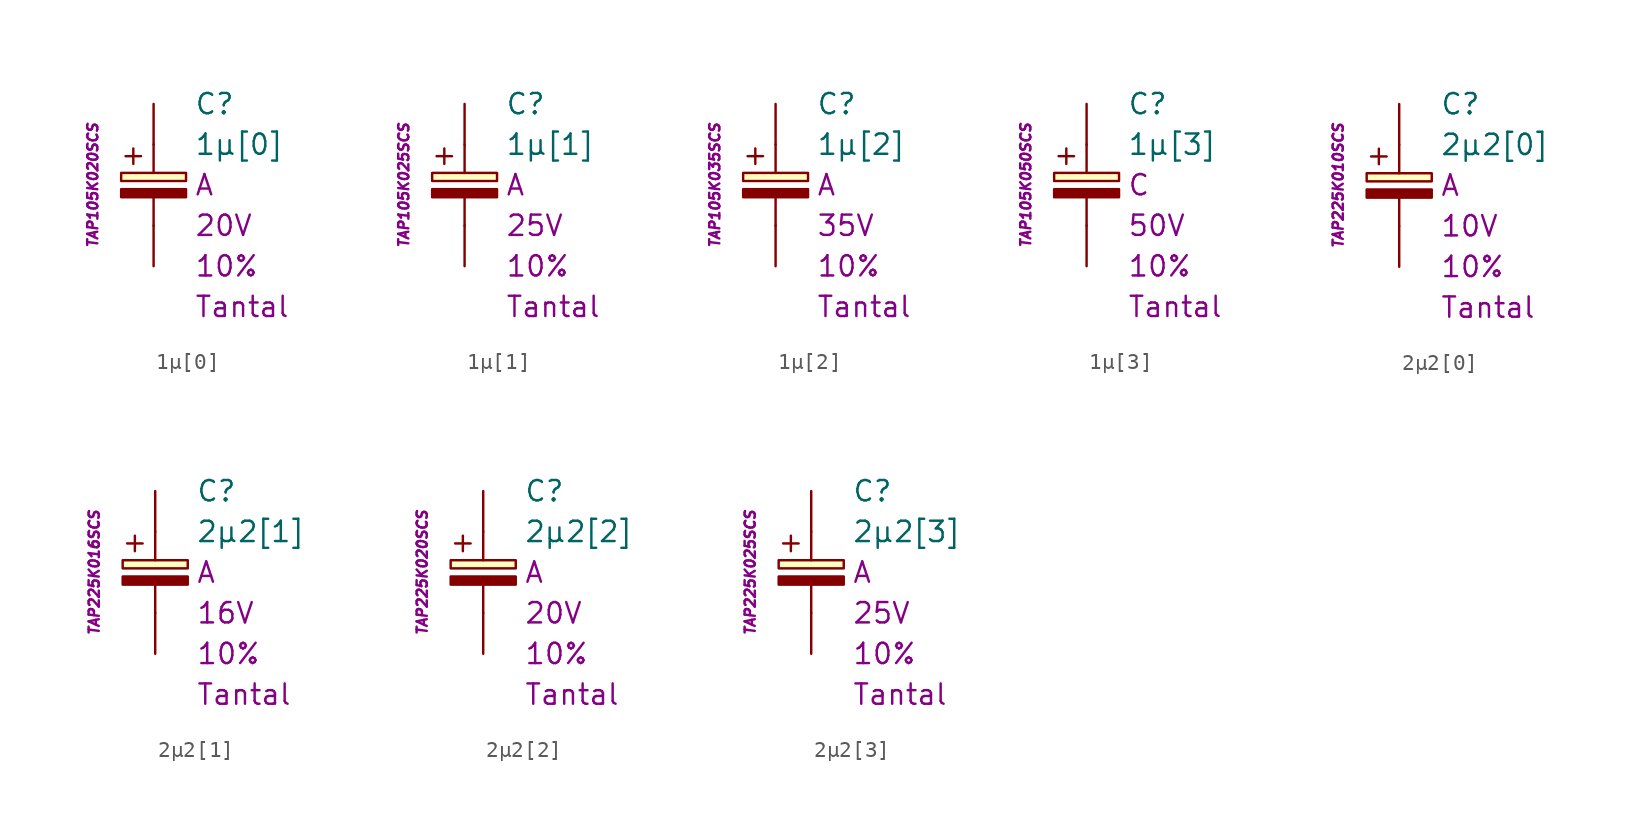
<source format=kicad_sym>
(kicad_symbol_lib
  (version 20201005)
  (generator kicad_symbol_editor)
  (symbol "1µ[0]"
    (pin_numbers hide)
    (pin_names
      (offset 1.016) hide)
    (property "Reference" "C"
      (at 2.54 5.08 0)
      (effects (font (size 1.27 1.27)) (justify left)))
    (property "Value" "1µ[0]"
      (at 2.54 2.54 0)
      (effects (font (size 1.27 1.27)) (justify left)))
    (property "Package" "A"
      (at 2.54 0 0)
      (effects (font (size 1.27 1.27)) (justify left)))
    (property "Voltage" "20V"
      (at 2.54 -2.54 0)
      (effects (font (size 1.27 1.27)) (justify left)))
    (property "Tolerance" "10%"
      (at 2.54 -5.08 0)
      (effects (font (size 1.27 1.27)) (justify left)))
    (property "Dielectric" "Tantal"
      (at 2.54 -7.62 0)
      (effects (font (size 1.27 1.27)) (justify left)))
    (property "MPN" "TAP105K020SCS"
      (at -3.81 0 90)
      (effects (font (size 0.635 0.635) italic)))
    (symbol "1µ[0]_0_0"
      (text "+" (at -1.27 1.905 0) (effects (font (size 1.27 1.27)))))
    (symbol "1µ[0]_0_1"
      (rectangle (start -2.032 -0.254) (end 2.032 -0.762) (stroke (width 0.152)) (fill (type outline)))
      (rectangle (start -2.032 0.254) (end 2.032 0.762) (stroke (width 0.152)) (fill (type background)))
      (polyline (pts (xy 0 -2.54) (xy 0 -0.762)) (stroke (width 0.152)) (fill (type none)))
      (polyline (pts (xy 0 0.762) (xy 0 2.54)) (stroke (width 0.152)) (fill (type none))))
    (symbol "1µ[0]_1_1"
      (pin passive line (at 0 5.08 270) (length 2.54) (name "~" (effects (font (size 1.778 1.778)))) (number "1" (effects (font (size 1.778 1.778)))))
      (pin passive line (at 0 -5.08 90) (length 2.54) (name "~" (effects (font (size 1.778 1.778)))) (number "2" (effects (font (size 1.778 1.778)))))))
  (symbol "1µ[1]"
    (pin_numbers hide)
    (pin_names
      (offset 1.016) hide)
    (property "Reference" "C"
      (at 2.54 5.08 0)
      (effects (font (size 1.27 1.27)) (justify left)))
    (property "Value" "1µ[1]"
      (at 2.54 2.54 0)
      (effects (font (size 1.27 1.27)) (justify left)))
    (property "Package" "A"
      (at 2.54 0 0)
      (effects (font (size 1.27 1.27)) (justify left)))
    (property "Voltage" "25V"
      (at 2.54 -2.54 0)
      (effects (font (size 1.27 1.27)) (justify left)))
    (property "Tolerance" "10%"
      (at 2.54 -5.08 0)
      (effects (font (size 1.27 1.27)) (justify left)))
    (property "Dielectric" "Tantal"
      (at 2.54 -7.62 0)
      (effects (font (size 1.27 1.27)) (justify left)))
    (property "MPN" "TAP105K025SCS"
      (at -3.81 0 90)
      (effects (font (size 0.635 0.635) italic)))
    (symbol "1µ[1]_0_0"
      (text "+" (at -1.27 1.905 0) (effects (font (size 1.27 1.27)))))
    (symbol "1µ[1]_0_1"
      (rectangle (start -2.032 -0.254) (end 2.032 -0.762) (stroke (width 0.152)) (fill (type outline)))
      (rectangle (start -2.032 0.254) (end 2.032 0.762) (stroke (width 0.152)) (fill (type background)))
      (polyline (pts (xy 0 -2.54) (xy 0 -0.762)) (stroke (width 0.152)) (fill (type none)))
      (polyline (pts (xy 0 0.762) (xy 0 2.54)) (stroke (width 0.152)) (fill (type none))))
    (symbol "1µ[1]_1_1"
      (pin passive line (at 0 5.08 270) (length 2.54) (name "~" (effects (font (size 1.778 1.778)))) (number "1" (effects (font (size 1.778 1.778)))))
      (pin passive line (at 0 -5.08 90) (length 2.54) (name "~" (effects (font (size 1.778 1.778)))) (number "2" (effects (font (size 1.778 1.778)))))))
  (symbol "1µ[2]"
    (pin_numbers hide)
    (pin_names
      (offset 1.016) hide)
    (property "Reference" "C"
      (at 2.54 5.08 0)
      (effects (font (size 1.27 1.27)) (justify left)))
    (property "Value" "1µ[2]"
      (at 2.54 2.54 0)
      (effects (font (size 1.27 1.27)) (justify left)))
    (property "Package" "A"
      (at 2.54 0 0)
      (effects (font (size 1.27 1.27)) (justify left)))
    (property "Voltage" "35V"
      (at 2.54 -2.54 0)
      (effects (font (size 1.27 1.27)) (justify left)))
    (property "Tolerance" "10%"
      (at 2.54 -5.08 0)
      (effects (font (size 1.27 1.27)) (justify left)))
    (property "Dielectric" "Tantal"
      (at 2.54 -7.62 0)
      (effects (font (size 1.27 1.27)) (justify left)))
    (property "MPN" "TAP105K035SCS"
      (at -3.81 0 90)
      (effects (font (size 0.635 0.635) italic)))
    (symbol "1µ[2]_0_0"
      (text "+" (at -1.27 1.905 0) (effects (font (size 1.27 1.27)))))
    (symbol "1µ[2]_0_1"
      (rectangle (start -2.032 -0.254) (end 2.032 -0.762) (stroke (width 0.152)) (fill (type outline)))
      (rectangle (start -2.032 0.254) (end 2.032 0.762) (stroke (width 0.152)) (fill (type background)))
      (polyline (pts (xy 0 -2.54) (xy 0 -0.762)) (stroke (width 0.152)) (fill (type none)))
      (polyline (pts (xy 0 0.762) (xy 0 2.54)) (stroke (width 0.152)) (fill (type none))))
    (symbol "1µ[2]_1_1"
      (pin passive line (at 0 5.08 270) (length 2.54) (name "~" (effects (font (size 1.778 1.778)))) (number "1" (effects (font (size 1.778 1.778)))))
      (pin passive line (at 0 -5.08 90) (length 2.54) (name "~" (effects (font (size 1.778 1.778)))) (number "2" (effects (font (size 1.778 1.778)))))))
  (symbol "1µ[3]"
    (pin_numbers hide)
    (pin_names
      (offset 1.016) hide)
    (property "Reference" "C"
      (at 2.54 5.08 0)
      (effects (font (size 1.27 1.27)) (justify left)))
    (property "Value" "1µ[3]"
      (at 2.54 2.54 0)
      (effects (font (size 1.27 1.27)) (justify left)))
    (property "Package" "C"
      (at 2.54 0 0)
      (effects (font (size 1.27 1.27)) (justify left)))
    (property "Voltage" "50V"
      (at 2.54 -2.54 0)
      (effects (font (size 1.27 1.27)) (justify left)))
    (property "Tolerance" "10%"
      (at 2.54 -5.08 0)
      (effects (font (size 1.27 1.27)) (justify left)))
    (property "Dielectric" "Tantal"
      (at 2.54 -7.62 0)
      (effects (font (size 1.27 1.27)) (justify left)))
    (property "MPN" "TAP105K050SCS"
      (at -3.81 0 90)
      (effects (font (size 0.635 0.635) italic)))
    (symbol "1µ[3]_0_0"
      (text "+" (at -1.27 1.905 0) (effects (font (size 1.27 1.27)))))
    (symbol "1µ[3]_0_1"
      (rectangle (start -2.032 -0.254) (end 2.032 -0.762) (stroke (width 0.152)) (fill (type outline)))
      (rectangle (start -2.032 0.254) (end 2.032 0.762) (stroke (width 0.152)) (fill (type background)))
      (polyline (pts (xy 0 -2.54) (xy 0 -0.762)) (stroke (width 0.152)) (fill (type none)))
      (polyline (pts (xy 0 0.762) (xy 0 2.54)) (stroke (width 0.152)) (fill (type none))))
    (symbol "1µ[3]_1_1"
      (pin passive line (at 0 5.08 270) (length 2.54) (name "~" (effects (font (size 1.778 1.778)))) (number "1" (effects (font (size 1.778 1.778)))))
      (pin passive line (at 0 -5.08 90) (length 2.54) (name "~" (effects (font (size 1.778 1.778)))) (number "2" (effects (font (size 1.778 1.778)))))))
  (symbol "2µ2[0]"
    (pin_numbers hide)
    (pin_names
      (offset 1.016) hide)
    (property "Reference" "C"
      (at 2.54 5.08 0)
      (effects (font (size 1.27 1.27)) (justify left)))
    (property "Value" "2µ2[0]"
      (at 2.54 2.54 0)
      (effects (font (size 1.27 1.27)) (justify left)))
    (property "Package" "A"
      (at 2.54 0 0)
      (effects (font (size 1.27 1.27)) (justify left)))
    (property "Voltage" "10V"
      (at 2.54 -2.54 0)
      (effects (font (size 1.27 1.27)) (justify left)))
    (property "Tolerance" "10%"
      (at 2.54 -5.08 0)
      (effects (font (size 1.27 1.27)) (justify left)))
    (property "Dielectric" "Tantal"
      (at 2.54 -7.62 0)
      (effects (font (size 1.27 1.27)) (justify left)))
    (property "MPN" "TAP225K010SCS"
      (at -3.81 0 90)
      (effects (font (size 0.635 0.635) italic)))
    (symbol "2µ2[0]_0_0"
      (text "+" (at -1.27 1.905 0) (effects (font (size 1.27 1.27)))))
    (symbol "2µ2[0]_0_1"
      (rectangle (start -2.032 -0.254) (end 2.032 -0.762) (stroke (width 0.152)) (fill (type outline)))
      (rectangle (start -2.032 0.254) (end 2.032 0.762) (stroke (width 0.152)) (fill (type background)))
      (polyline (pts (xy 0 -2.54) (xy 0 -0.762)) (stroke (width 0.152)) (fill (type none)))
      (polyline (pts (xy 0 0.762) (xy 0 2.54)) (stroke (width 0.152)) (fill (type none))))
    (symbol "2µ2[0]_1_1"
      (pin passive line (at 0 5.08 270) (length 2.54) (name "~" (effects (font (size 1.778 1.778)))) (number "1" (effects (font (size 1.778 1.778)))))
      (pin passive line (at 0 -5.08 90) (length 2.54) (name "~" (effects (font (size 1.778 1.778)))) (number "2" (effects (font (size 1.778 1.778)))))))
  (symbol "2µ2[1]"
    (pin_numbers hide)
    (pin_names
      (offset 1.016) hide)
    (property "Reference" "C"
      (at 2.54 5.08 0)
      (effects (font (size 1.27 1.27)) (justify left)))
    (property "Value" "2µ2[1]"
      (at 2.54 2.54 0)
      (effects (font (size 1.27 1.27)) (justify left)))
    (property "Package" "A"
      (at 2.54 0 0)
      (effects (font (size 1.27 1.27)) (justify left)))
    (property "Voltage" "16V"
      (at 2.54 -2.54 0)
      (effects (font (size 1.27 1.27)) (justify left)))
    (property "Tolerance" "10%"
      (at 2.54 -5.08 0)
      (effects (font (size 1.27 1.27)) (justify left)))
    (property "Dielectric" "Tantal"
      (at 2.54 -7.62 0)
      (effects (font (size 1.27 1.27)) (justify left)))
    (property "MPN" "TAP225K016SCS"
      (at -3.81 0 90)
      (effects (font (size 0.635 0.635) italic)))
    (symbol "2µ2[1]_0_0"
      (text "+" (at -1.27 1.905 0) (effects (font (size 1.27 1.27)))))
    (symbol "2µ2[1]_0_1"
      (rectangle (start -2.032 -0.254) (end 2.032 -0.762) (stroke (width 0.152)) (fill (type outline)))
      (rectangle (start -2.032 0.254) (end 2.032 0.762) (stroke (width 0.152)) (fill (type background)))
      (polyline (pts (xy 0 -2.54) (xy 0 -0.762)) (stroke (width 0.152)) (fill (type none)))
      (polyline (pts (xy 0 0.762) (xy 0 2.54)) (stroke (width 0.152)) (fill (type none))))
    (symbol "2µ2[1]_1_1"
      (pin passive line (at 0 5.08 270) (length 2.54) (name "~" (effects (font (size 1.778 1.778)))) (number "1" (effects (font (size 1.778 1.778)))))
      (pin passive line (at 0 -5.08 90) (length 2.54) (name "~" (effects (font (size 1.778 1.778)))) (number "2" (effects (font (size 1.778 1.778)))))))
  (symbol "2µ2[2]"
    (pin_numbers hide)
    (pin_names
      (offset 1.016) hide)
    (property "Reference" "C"
      (at 2.54 5.08 0)
      (effects (font (size 1.27 1.27)) (justify left)))
    (property "Value" "2µ2[2]"
      (at 2.54 2.54 0)
      (effects (font (size 1.27 1.27)) (justify left)))
    (property "Package" "A"
      (at 2.54 0 0)
      (effects (font (size 1.27 1.27)) (justify left)))
    (property "Voltage" "20V"
      (at 2.54 -2.54 0)
      (effects (font (size 1.27 1.27)) (justify left)))
    (property "Tolerance" "10%"
      (at 2.54 -5.08 0)
      (effects (font (size 1.27 1.27)) (justify left)))
    (property "Dielectric" "Tantal"
      (at 2.54 -7.62 0)
      (effects (font (size 1.27 1.27)) (justify left)))
    (property "MPN" "TAP225K020SCS"
      (at -3.81 0 90)
      (effects (font (size 0.635 0.635) italic)))
    (symbol "2µ2[2]_0_0"
      (text "+" (at -1.27 1.905 0) (effects (font (size 1.27 1.27)))))
    (symbol "2µ2[2]_0_1"
      (rectangle (start -2.032 -0.254) (end 2.032 -0.762) (stroke (width 0.152)) (fill (type outline)))
      (rectangle (start -2.032 0.254) (end 2.032 0.762) (stroke (width 0.152)) (fill (type background)))
      (polyline (pts (xy 0 -2.54) (xy 0 -0.762)) (stroke (width 0.152)) (fill (type none)))
      (polyline (pts (xy 0 0.762) (xy 0 2.54)) (stroke (width 0.152)) (fill (type none))))
    (symbol "2µ2[2]_1_1"
      (pin passive line (at 0 5.08 270) (length 2.54) (name "~" (effects (font (size 1.778 1.778)))) (number "1" (effects (font (size 1.778 1.778)))))
      (pin passive line (at 0 -5.08 90) (length 2.54) (name "~" (effects (font (size 1.778 1.778)))) (number "2" (effects (font (size 1.778 1.778)))))))
  (symbol "2µ2[3]"
    (pin_numbers hide)
    (pin_names
      (offset 1.016) hide)
    (property "Reference" "C"
      (at 2.54 5.08 0)
      (effects (font (size 1.27 1.27)) (justify left)))
    (property "Value" "2µ2[3]"
      (at 2.54 2.54 0)
      (effects (font (size 1.27 1.27)) (justify left)))
    (property "Package" "A"
      (at 2.54 0 0)
      (effects (font (size 1.27 1.27)) (justify left)))
    (property "Voltage" "25V"
      (at 2.54 -2.54 0)
      (effects (font (size 1.27 1.27)) (justify left)))
    (property "Tolerance" "10%"
      (at 2.54 -5.08 0)
      (effects (font (size 1.27 1.27)) (justify left)))
    (property "Dielectric" "Tantal"
      (at 2.54 -7.62 0)
      (effects (font (size 1.27 1.27)) (justify left)))
    (property "MPN" "TAP225K025SCS"
      (at -3.81 0 90)
      (effects (font (size 0.635 0.635) italic)))
    (symbol "2µ2[3]_0_0"
      (text "+" (at -1.27 1.905 0) (effects (font (size 1.27 1.27)))))
    (symbol "2µ2[3]_0_1"
      (rectangle (start -2.032 -0.254) (end 2.032 -0.762) (stroke (width 0.152)) (fill (type outline)))
      (rectangle (start -2.032 0.254) (end 2.032 0.762) (stroke (width 0.152)) (fill (type background)))
      (polyline (pts (xy 0 -2.54) (xy 0 -0.762)) (stroke (width 0.152)) (fill (type none)))
      (polyline (pts (xy 0 0.762) (xy 0 2.54)) (stroke (width 0.152)) (fill (type none))))
    (symbol "2µ2[3]_1_1"
      (pin passive line (at 0 5.08 270) (length 2.54) (name "~" (effects (font (size 1.778 1.778)))) (number "1" (effects (font (size 1.778 1.778)))))
      (pin passive line (at 0 -5.08 90) (length 2.54) (name "~" (effects (font (size 1.778 1.778)))) (number "2" (effects (font (size 1.778 1.778))))))))
</source>
